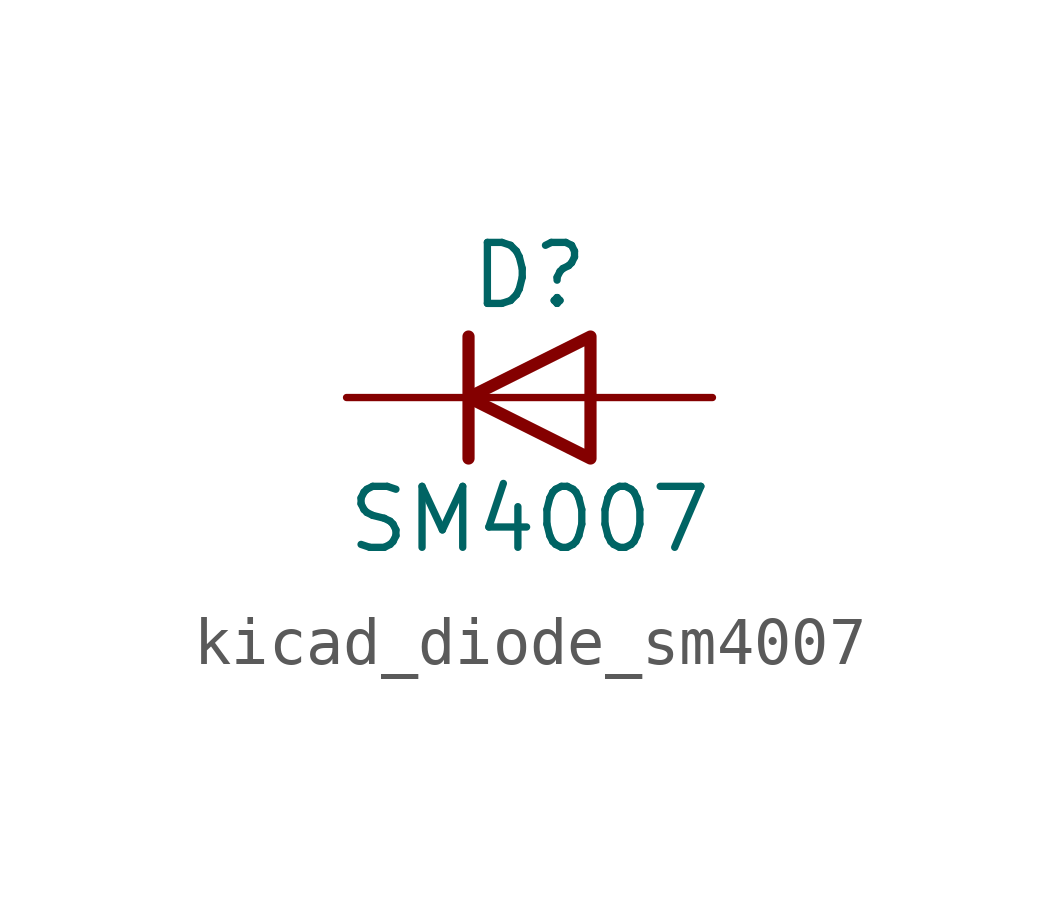
<source format=kicad_sym>
(kicad_symbol_lib
  (version 20220914)
  (generator kicad_symbol_editor)
  (symbol "kicad_diode_sm4007"
    (pin_numbers hide)
    (pin_names hide)
    (property "Reference" "D"
      (at 0 2.54 0)
      (effects (font (size 1.27 1.27))))
    (property "Value" "SM4007"
      (at 0 -2.54 0)
      (effects (font (size 1.27 1.27))))
    (symbol "kicad_diode_sm4007_0_1"
      (polyline (pts (xy -1.27 1.27) (xy -1.27 -1.27)) (stroke (width 0.254) (type default)) (fill (type none)))
      (polyline (pts (xy 1.27 0) (xy -1.27 0)) (stroke (width 0) (type default)) (fill (type none)))
      (polyline (pts (xy 1.27 1.27) (xy 1.27 -1.27) (xy -1.27 0) (xy 1.27 1.27)) (stroke (width 0.254) (type default)) (fill (type none))))
    (symbol "kicad_diode_sm4007_1_1"
      (pin passive line (at -3.81 0 0) (length 2.54) (name "K" (effects (font (size 1.27 1.27)))) (number "1" (effects (font (size 1.27 1.27)))))
      (pin passive line (at 3.81 0 180) (length 2.54) (name "A" (effects (font (size 1.27 1.27)))) (number "2" (effects (font (size 1.27 1.27))))))))
</source>
